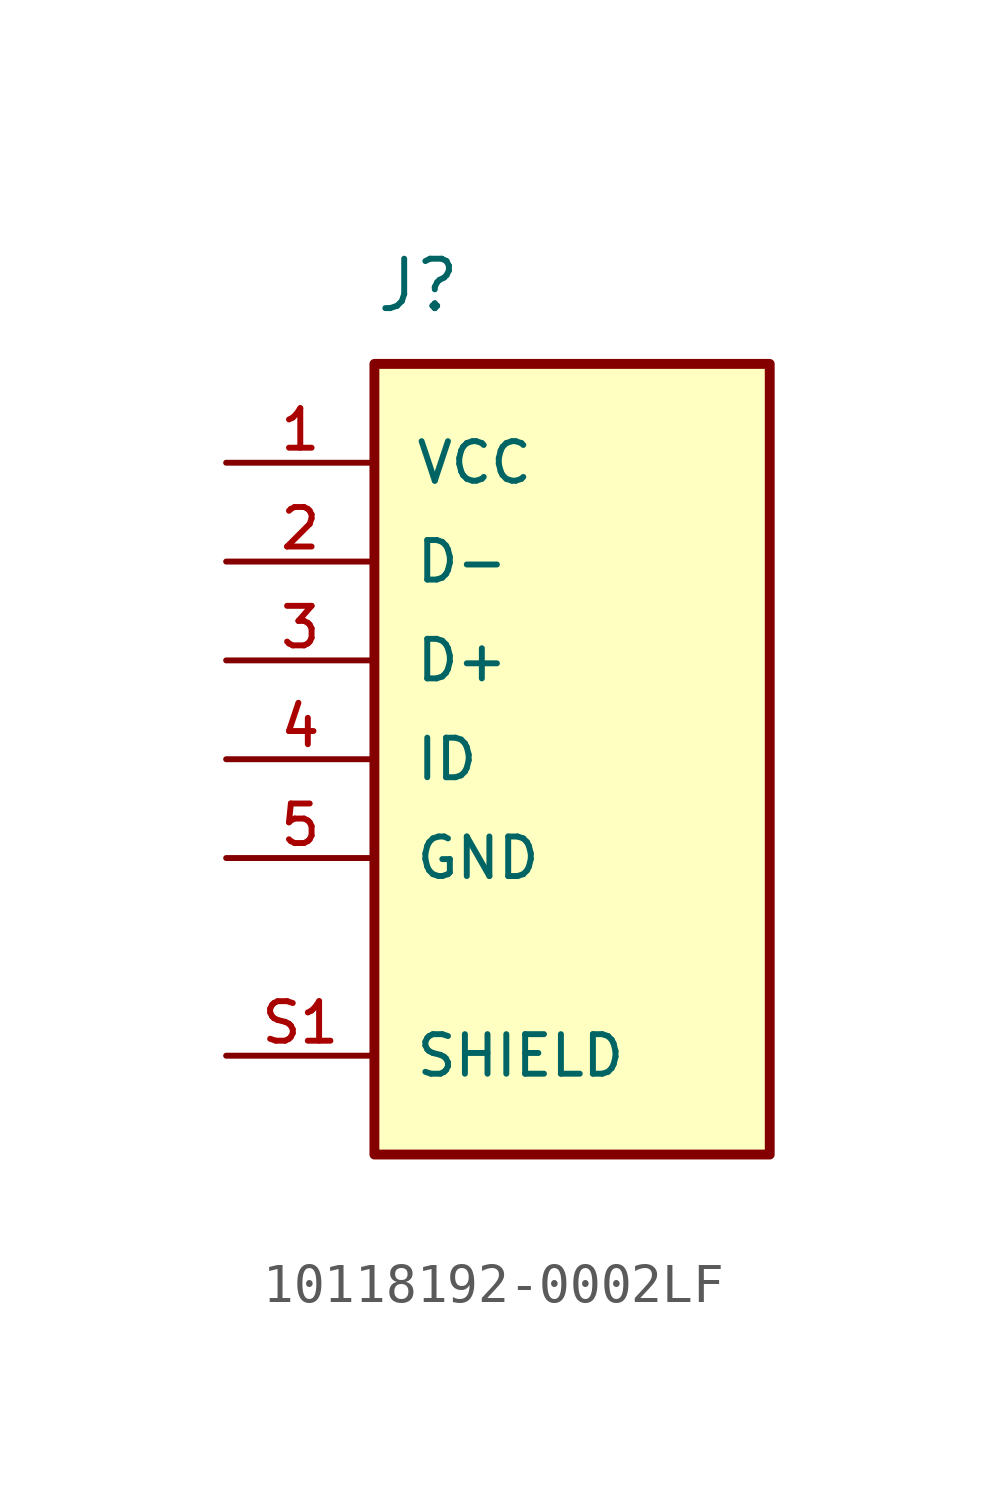
<source format=kicad_sym>
(kicad_symbol_lib
  (version 20231120)
  (generator "kicad_symbol_editor")
  (generator_version "8.0")
  (symbol "10118192-0002LF"
    (pin_names
      (offset 1.016))
    (property "Reference" "J"
      (at -5.08 11.43 0)
      (effects (font (size 1.27 1.27)) (justify left bottom)))
    (symbol "10118192-0002LF_0_0"
      (rectangle (start -5.08 10.16) (end 5.08 -10.16) (stroke (width 0.254) (type default)) (fill (type background)))
      (pin power_in line (at -8.89 7.62 0) (length 3.81) (name "VCC" (effects (font (size 1.016 1.016)))) (number "1" (effects (font (size 1.016 1.016)))))
      (pin bidirectional line (at -8.89 5.08 0) (length 3.81) (name "D-" (effects (font (size 1.016 1.016)))) (number "2" (effects (font (size 1.016 1.016)))))
      (pin bidirectional line (at -8.89 2.54 0) (length 3.81) (name "D+" (effects (font (size 1.016 1.016)))) (number "3" (effects (font (size 1.016 1.016)))))
      (pin bidirectional line (at -8.89 0 0) (length 3.81) (name "ID" (effects (font (size 1.016 1.016)))) (number "4" (effects (font (size 1.016 1.016)))))
      (pin power_in line (at -8.89 -2.54 0) (length 3.81) (name "GND" (effects (font (size 1.016 1.016)))) (number "5" (effects (font (size 1.016 1.016)))))
      (pin passive line (at -8.89 -7.62 0) (length 3.81) (name "SHIELD" (effects (font (size 1.016 1.016)))) (number "S1" (effects (font (size 1.016 1.016))))))
    (symbol "10118192-0002LF_1_0"
      (pin passive line (at -8.89 -7.62 0) (length 3.81) hide (name "SHIELD__1" (effects (font (size 1.016 1.016)))) (number "S2" (effects (font (size 1.016 1.016)))))
      (pin passive line (at -8.89 -7.62 0) (length 3.81) hide (name "SHIELD__2" (effects (font (size 1.016 1.016)))) (number "S3" (effects (font (size 1.016 1.016)))))
      (pin passive line (at -8.89 -7.62 0) (length 3.81) hide (name "SHIELD__3" (effects (font (size 1.016 1.016)))) (number "S4" (effects (font (size 1.016 1.016)))))
      (pin passive line (at -8.89 -7.62 0) (length 3.81) hide (name "SHIELD__4" (effects (font (size 1.016 1.016)))) (number "S5" (effects (font (size 1.016 1.016)))))
      (pin passive line (at -8.89 -7.62 0) (length 3.81) hide (name "SHIELD__5" (effects (font (size 1.016 1.016)))) (number "S6" (effects (font (size 1.016 1.016))))))))
</source>
